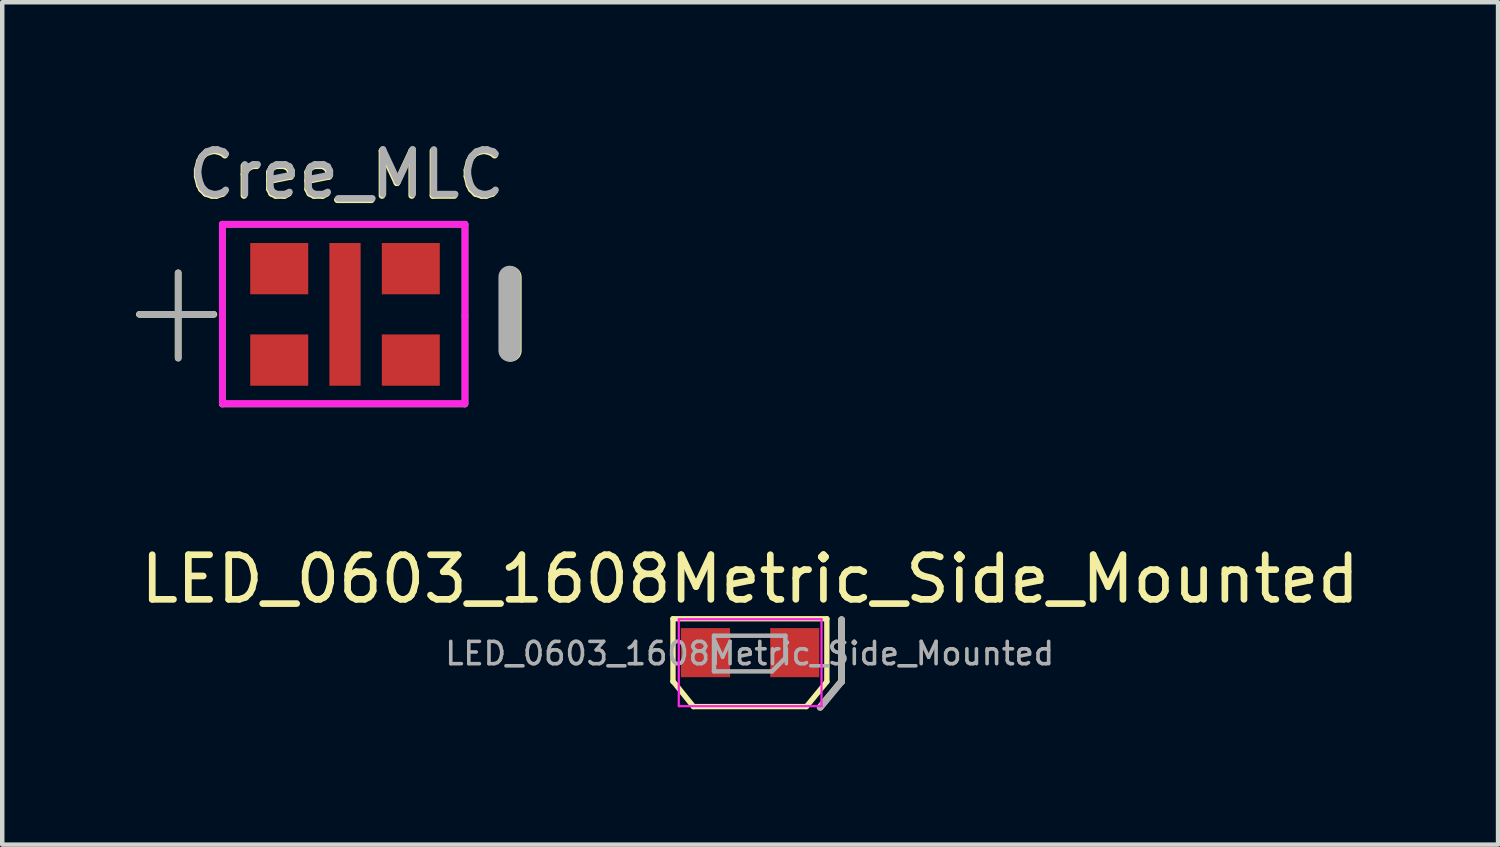
<source format=kicad_pcb>
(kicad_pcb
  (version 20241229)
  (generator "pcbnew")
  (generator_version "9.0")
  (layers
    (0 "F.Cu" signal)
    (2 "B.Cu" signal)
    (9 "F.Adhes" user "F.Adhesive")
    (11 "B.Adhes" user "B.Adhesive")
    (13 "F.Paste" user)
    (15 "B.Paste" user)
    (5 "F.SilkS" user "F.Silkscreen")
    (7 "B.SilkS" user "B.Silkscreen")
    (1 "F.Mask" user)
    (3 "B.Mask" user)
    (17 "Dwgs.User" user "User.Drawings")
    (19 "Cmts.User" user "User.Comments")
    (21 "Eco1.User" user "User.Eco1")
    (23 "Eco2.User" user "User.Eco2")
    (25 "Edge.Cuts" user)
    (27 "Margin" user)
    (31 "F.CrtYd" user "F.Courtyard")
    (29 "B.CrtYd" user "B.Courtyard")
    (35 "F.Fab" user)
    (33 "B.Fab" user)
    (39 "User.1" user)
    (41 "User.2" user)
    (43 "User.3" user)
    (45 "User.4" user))
  (footprint "LED_0603_1608Metric_Side_Mounted"
    (layer "F.Cu")
    (at 13.768 11.582)
    (property "Reference" "LED_0603_1608Metric_Side_Mounted" (at 0 -1.65 0) (layer "F.SilkS") (effects (font (size 1 1) (thickness 0.15))))
    (attr smd)
    (fp_line (start -1.73 -0.76) (end -1.73 0.65) (stroke (width 0.12) (type solid)) (layer "F.SilkS"))
    (fp_line (start -1.73 0.64) (end -1.27 1.21) (stroke (width 0.12) (type solid)) (layer "F.SilkS"))
    (fp_line (start 1.26 1.21) (end -1.27 1.21) (stroke (width 0.12) (type solid)) (layer "F.SilkS"))
    (fp_line (start 1.72 -0.76) (end -1.73 -0.76) (stroke (width 0.12) (type solid)) (layer "F.SilkS"))
    (fp_line (start 1.72 -0.76) (end 1.72 0.65) (stroke (width 0.12) (type solid)) (layer "F.SilkS"))
    (fp_line (start 1.72 0.65) (end 1.26 1.21) (stroke (width 0.12) (type solid)) (layer "F.SilkS"))
    (fp_line (start 2.05 -0.74) (end 2.05 0.65) (stroke (width 0.15) (type solid)) (layer "F.SilkS"))
    (fp_line (start 2.05 0.64) (end 1.57 1.22) (stroke (width 0.15) (type solid)) (layer "F.SilkS"))
    (fp_line (start -1.6 -0.75) (end 1.6 -0.75) (stroke (width 0.05) (type solid)) (layer "F.CrtYd"))
    (fp_line (start -1.6 1.2) (end -1.6 -0.75) (stroke (width 0.05) (type solid)) (layer "F.CrtYd"))
    (fp_line (start 1.6 -0.75) (end 1.6 1.2) (stroke (width 0.05) (type solid)) (layer "F.CrtYd"))
    (fp_line (start 1.6 1.2) (end -1.59 1.2) (stroke (width 0.05) (type solid)) (layer "F.CrtYd"))
    (fp_line (start -0.81 -0.38) (end -0.81 0.42) (stroke (width 0.1) (type solid)) (layer "F.Fab"))
    (fp_line (start -0.81 0.42) (end 0.49 0.42) (stroke (width 0.1) (type solid)) (layer "F.Fab"))
    (fp_line (start 0.49 0.42) (end 0.79 0.12) (stroke (width 0.1) (type solid)) (layer "F.Fab"))
    (fp_line (start 0.79 -0.38) (end -0.81 -0.38) (stroke (width 0.1) (type solid)) (layer "F.Fab"))
    (fp_line (start 0.79 0.12) (end 0.79 -0.38) (stroke (width 0.1) (type solid)) (layer "F.Fab"))
    (fp_line (start 2.05 -0.74) (end 2.05 0.65) (stroke (width 0.15) (type solid)) (layer "F.Fab"))
    (fp_line (start 2.05 0.65) (end 1.57 1.23) (stroke (width 0.15) (type solid)) (layer "F.Fab"))
    (fp_text user "${REFERENCE}" (at -0.01 0.02 180) (layer "F.Fab") (effects (font (size 0.5 0.5) (thickness 0.08))))
    (pad "1" smd rect (at -1 0) (size 1.1 1.1) (layers "F.Cu" "F.Mask" "F.Paste"))
    (pad "2" smd rect (at 1 0) (size 1.1 1.1) (layers "F.Cu" "F.Mask" "F.Paste")))
  (footprint "Cree_MLC"
    (layer "F.Cu")
    (at 4.685 3.998)
    (property "Reference" "Cree_MLC" (at 0.02 -3.12 0) (layer "F.SilkS") (effects (font (size 1 1) (thickness 0.15))))
    (attr through_hole)
    (fp_line (start -4.61 0) (end -2.94 0) (stroke (width 0.15) (type solid)) (layer "F.SilkS"))
    (fp_line (start -3.74 -0.93) (end -3.74 0.98) (stroke (width 0.15) (type solid)) (layer "F.SilkS"))
    (fp_line (start 3.71 -0.83) (end 3.71 0.81) (stroke (width 0.5) (type solid)) (layer "F.SilkS"))
    (fp_line (start -2.75 -2.02) (end 2.69 -2.02) (stroke (width 0.15) (type solid)) (layer "F.CrtYd"))
    (fp_line (start -2.75 -2) (end -2.75 -2.02) (stroke (width 0.15) (type solid)) (layer "F.CrtYd"))
    (fp_line (start -2.75 2) (end -2.75 -2) (stroke (width 0.15) (type solid)) (layer "F.CrtYd"))
    (fp_line (start 2.69 -2.01) (end 2.69 2) (stroke (width 0.15) (type solid)) (layer "F.CrtYd"))
    (fp_line (start 2.69 2) (end -2.75 2) (stroke (width 0.15) (type solid)) (layer "F.CrtYd"))
    (fp_line (start -4.6 0) (end -2.95 0) (stroke (width 0.15) (type solid)) (layer "F.Fab"))
    (fp_line (start -3.74 0.98) (end -3.74 -0.93) (stroke (width 0.15) (type solid)) (layer "F.Fab"))
    (fp_line (start -2.75 -2.02) (end -2.75 2.01) (stroke (width 0.15) (type solid)) (layer "F.Fab"))
    (fp_line (start -2.75 2.01) (end 2.68 2.01) (stroke (width 0.15) (type solid)) (layer "F.Fab"))
    (fp_line (start 2.69 -2.02) (end -2.74 -2.02) (stroke (width 0.15) (type solid)) (layer "F.Fab"))
    (fp_line (start 2.69 0.03) (end 2.69 -2.02) (stroke (width 0.15) (type solid)) (layer "F.Fab"))
    (fp_line (start 2.69 2.01) (end 2.69 0.04) (stroke (width 0.15) (type solid)) (layer "F.Fab"))
    (fp_line (start 3.69 -0.84) (end 3.69 0.81) (stroke (width 0.5) (type solid)) (layer "F.Fab"))
    (fp_text user "${REFERENCE}" (at 0.04 -3.15 0) (layer "F.Fab") (effects (font (size 1 1) (thickness 0.15))))
    (pad "1" smd rect (at -1.475 -1.025) (size 1.3 1.15) (layers "F.Cu" "F.Mask" "F.Paste"))
    (pad "1" smd rect (at -1.475 1.025) (size 1.3 1.15) (layers "F.Cu" "F.Mask" "F.Paste"))
    (pad "2" smd rect (at 1.475 -1.025) (size 1.3 1.15) (layers "F.Cu" "F.Mask" "F.Paste"))
    (pad "2" smd rect (at 1.475 1.025) (size 1.3 1.15) (layers "F.Cu" "F.Mask" "F.Paste"))
    (pad "3" smd rect (at 0 0) (size 0.7 3.2) (layers "F.Cu" "F.Mask" "F.Paste")))
  (gr_rect
    (start -3 -3)
    (end 30.536 15.886)
    (stroke (width 0.1) (type default))
    (fill no)
    (layer "Edge.Cuts")))
</source>
